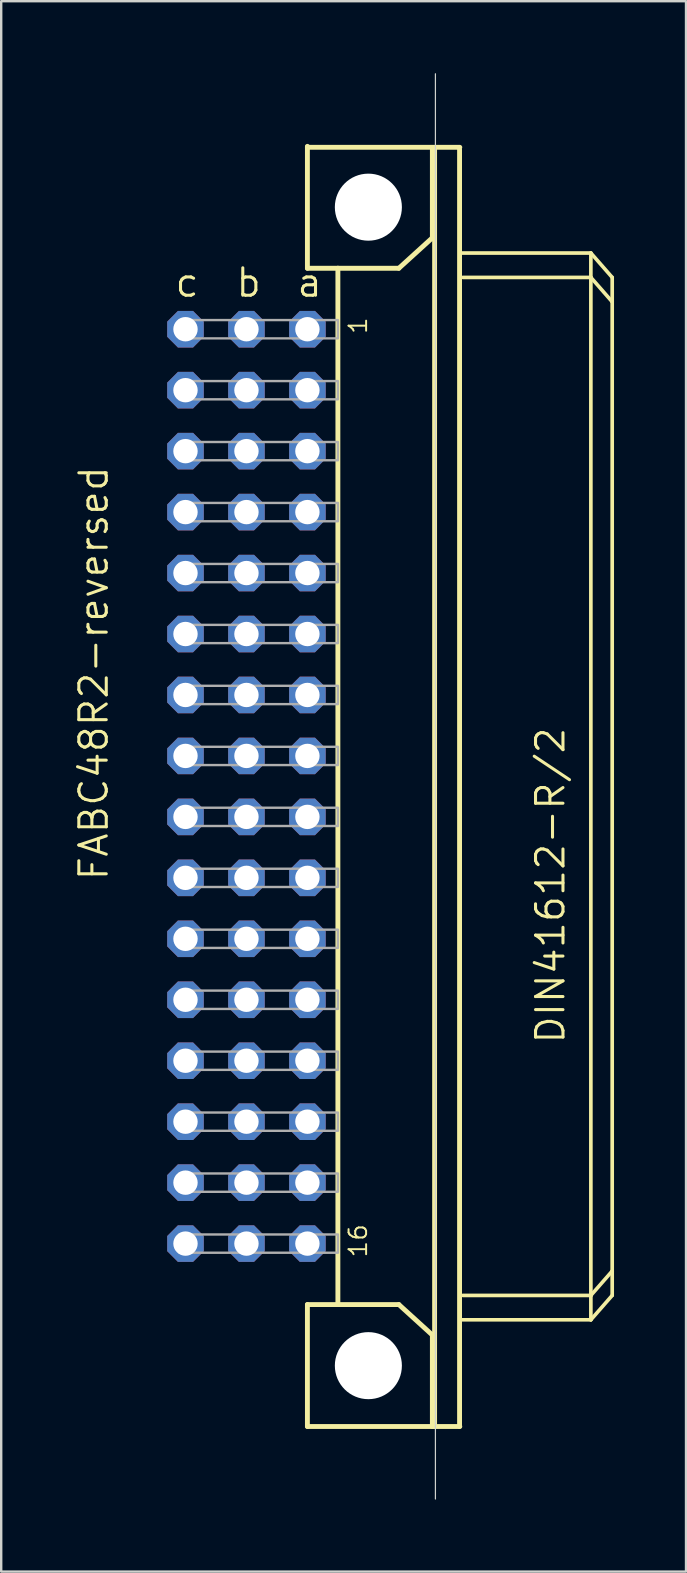
<source format=kicad_pcb>
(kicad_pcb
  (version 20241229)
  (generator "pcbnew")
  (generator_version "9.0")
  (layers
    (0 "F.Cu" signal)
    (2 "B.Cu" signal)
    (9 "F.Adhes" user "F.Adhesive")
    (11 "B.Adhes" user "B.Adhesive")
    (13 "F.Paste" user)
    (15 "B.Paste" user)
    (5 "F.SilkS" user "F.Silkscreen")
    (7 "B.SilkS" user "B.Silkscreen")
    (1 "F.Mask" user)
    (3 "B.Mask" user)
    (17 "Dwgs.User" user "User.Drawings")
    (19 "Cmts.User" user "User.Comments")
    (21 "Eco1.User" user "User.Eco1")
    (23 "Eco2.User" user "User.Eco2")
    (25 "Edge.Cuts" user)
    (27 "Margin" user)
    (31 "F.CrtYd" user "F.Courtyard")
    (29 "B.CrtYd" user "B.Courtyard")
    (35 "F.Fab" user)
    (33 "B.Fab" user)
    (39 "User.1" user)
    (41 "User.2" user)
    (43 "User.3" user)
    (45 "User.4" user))
  (footprint "FABC48R2-reversed"
    (layer "F.Cu")
    (at 17.379 30.988)
    (property "Reference" "FABC48R2-reversed" (at -15.855 -14.694 270) (layer "F.SilkS") (effects (font (size 1.143 1.143) (thickness 0.127)) (justify right bottom)))
    (fp_line (start -7.62 -27.94) (end -7.62 -27.9) (stroke (width 0.203) (type solid)) (layer "F.SilkS"))
    (fp_line (start -7.62 -27.9) (end -7.62 -22.86) (stroke (width 0.203) (type solid)) (layer "F.SilkS"))
    (fp_line (start -7.62 -27.9) (end -1.27 -27.9) (stroke (width 0.203) (type solid)) (layer "F.SilkS"))
    (fp_line (start -7.62 -22.86) (end -6.35 -22.86) (stroke (width 0.203) (type solid)) (layer "F.SilkS"))
    (fp_line (start -7.62 20.32) (end -6.35 20.32) (stroke (width 0.203) (type solid)) (layer "F.SilkS"))
    (fp_line (start -7.62 25.4) (end -7.62 20.32) (stroke (width 0.203) (type solid)) (layer "F.SilkS"))
    (fp_line (start -7.62 25.4) (end -2.413 25.4) (stroke (width 0.203) (type solid)) (layer "F.SilkS"))
    (fp_line (start -6.35 -22.86) (end -6.35 20.32) (stroke (width 0.203) (type solid)) (layer "F.SilkS"))
    (fp_line (start -6.35 -22.86) (end -3.81 -22.86) (stroke (width 0.203) (type solid)) (layer "F.SilkS"))
    (fp_line (start -6.35 20.32) (end -3.81 20.32) (stroke (width 0.203) (type solid)) (layer "F.SilkS"))
    (fp_line (start -3.81 -22.86) (end -2.413 -24.13) (stroke (width 0.203) (type solid)) (layer "F.SilkS"))
    (fp_line (start -3.81 20.32) (end -2.413 21.59) (stroke (width 0.203) (type solid)) (layer "F.SilkS"))
    (fp_line (start -2.413 -24.13) (end -2.413 -27.813) (stroke (width 0.203) (type solid)) (layer "F.SilkS"))
    (fp_line (start -2.413 21.59) (end -2.413 25.4) (stroke (width 0.203) (type solid)) (layer "F.SilkS"))
    (fp_line (start -2.413 25.4) (end -1.27 25.4) (stroke (width 0.203) (type solid)) (layer "F.SilkS"))
    (fp_line (start -2.32 -27.81) (end -2.32 25.397) (stroke (width 0.203) (type solid)) (layer "F.SilkS"))
    (fp_line (start -1.28 25.397) (end -1.28 -27.81) (stroke (width 0.203) (type solid)) (layer "F.SilkS"))
    (fp_line (start -1.27 -23.495) (end 4.191 -23.495) (stroke (width 0.152) (type solid)) (layer "F.SilkS"))
    (fp_line (start -1.143 19.939) (end 4.191 19.939) (stroke (width 0.152) (type solid)) (layer "F.SilkS"))
    (fp_line (start 4.191 -22.479) (end -1.143 -22.479) (stroke (width 0.152) (type solid)) (layer "F.SilkS"))
    (fp_line (start 4.191 -22.479) (end 4.191 -23.495) (stroke (width 0.152) (type solid)) (layer "F.SilkS"))
    (fp_line (start 4.191 19.939) (end 4.191 -22.479) (stroke (width 0.152) (type solid)) (layer "F.SilkS"))
    (fp_line (start 4.191 19.939) (end 5.08 18.923) (stroke (width 0.152) (type solid)) (layer "F.SilkS"))
    (fp_line (start 4.191 20.955) (end -1.27 20.955) (stroke (width 0.152) (type solid)) (layer "F.SilkS"))
    (fp_line (start 4.191 20.955) (end 4.191 19.939) (stroke (width 0.152) (type solid)) (layer "F.SilkS"))
    (fp_line (start 4.191 20.955) (end 5.08 19.939) (stroke (width 0.152) (type solid)) (layer "F.SilkS"))
    (fp_line (start 5.08 -22.479) (end 4.191 -23.495) (stroke (width 0.152) (type solid)) (layer "F.SilkS"))
    (fp_line (start 5.08 -21.463) (end 4.191 -22.479) (stroke (width 0.152) (type solid)) (layer "F.SilkS"))
    (fp_line (start 5.08 -21.463) (end 5.08 -22.479) (stroke (width 0.152) (type solid)) (layer "F.SilkS"))
    (fp_line (start 5.08 18.923) (end 5.08 -21.463) (stroke (width 0.152) (type solid)) (layer "F.SilkS"))
    (fp_line (start 5.08 19.939) (end 5.08 18.923) (stroke (width 0.152) (type solid)) (layer "F.SilkS"))
    (fp_circle (center -5.08 -25.406) (end -3.81 -25.406) (stroke (width 0.152) (type solid)) (fill no) (layer "F.SilkS"))
    (fp_circle (center -5.08 22.866) (end -3.81 22.866) (stroke (width 0.152) (type solid)) (fill no) (layer "F.SilkS"))
    (fp_line (start -2.286 28.423) (end -2.286 -30.963) (stroke (width 0.05) (type solid)) (layer "Edge.Cuts"))
    (fp_poly (pts (xy -12.954 -19.939) (xy -6.35 -19.939) (xy -6.35 -20.701) (xy -12.954 -20.701)) (stroke (width 0.1) (type default)) (fill no) (layer "F.Fab"))
    (fp_poly (pts (xy -12.954 -17.399) (xy -6.35 -17.399) (xy -6.35 -18.161) (xy -12.954 -18.161)) (stroke (width 0.1) (type default)) (fill no) (layer "F.Fab"))
    (fp_poly (pts (xy -12.954 -14.859) (xy -6.35 -14.859) (xy -6.35 -15.621) (xy -12.954 -15.621)) (stroke (width 0.1) (type default)) (fill no) (layer "F.Fab"))
    (fp_poly (pts (xy -12.954 -12.319) (xy -6.35 -12.319) (xy -6.35 -13.081) (xy -12.954 -13.081)) (stroke (width 0.1) (type default)) (fill no) (layer "F.Fab"))
    (fp_poly (pts (xy -12.954 -9.779) (xy -6.35 -9.779) (xy -6.35 -10.541) (xy -12.954 -10.541)) (stroke (width 0.1) (type default)) (fill no) (layer "F.Fab"))
    (fp_poly (pts (xy -12.954 -7.239) (xy -6.35 -7.239) (xy -6.35 -8.001) (xy -12.954 -8.001)) (stroke (width 0.1) (type default)) (fill no) (layer "F.Fab"))
    (fp_poly (pts (xy -12.954 -4.699) (xy -6.35 -4.699) (xy -6.35 -5.461) (xy -12.954 -5.461)) (stroke (width 0.1) (type default)) (fill no) (layer "F.Fab"))
    (fp_poly (pts (xy -12.954 -2.159) (xy -6.35 -2.159) (xy -6.35 -2.921) (xy -12.954 -2.921)) (stroke (width 0.1) (type default)) (fill no) (layer "F.Fab"))
    (fp_poly (pts (xy -12.954 0.381) (xy -6.35 0.381) (xy -6.35 -0.381) (xy -12.954 -0.381)) (stroke (width 0.1) (type default)) (fill no) (layer "F.Fab"))
    (fp_poly (pts (xy -12.954 2.921) (xy -6.35 2.921) (xy -6.35 2.159) (xy -12.954 2.159)) (stroke (width 0.1) (type default)) (fill no) (layer "F.Fab"))
    (fp_poly (pts (xy -12.954 5.461) (xy -6.35 5.461) (xy -6.35 4.699) (xy -12.954 4.699)) (stroke (width 0.1) (type default)) (fill no) (layer "F.Fab"))
    (fp_poly (pts (xy -12.954 8.001) (xy -6.35 8.001) (xy -6.35 7.239) (xy -12.954 7.239)) (stroke (width 0.1) (type default)) (fill no) (layer "F.Fab"))
    (fp_poly (pts (xy -12.954 10.541) (xy -6.35 10.541) (xy -6.35 9.779) (xy -12.954 9.779)) (stroke (width 0.1) (type default)) (fill no) (layer "F.Fab"))
    (fp_poly (pts (xy -12.954 13.081) (xy -6.35 13.081) (xy -6.35 12.319) (xy -12.954 12.319)) (stroke (width 0.1) (type default)) (fill no) (layer "F.Fab"))
    (fp_poly (pts (xy -12.954 15.621) (xy -6.35 15.621) (xy -6.35 14.859) (xy -12.954 14.859)) (stroke (width 0.1) (type default)) (fill no) (layer "F.Fab"))
    (fp_poly (pts (xy -12.954 18.161) (xy -6.35 18.161) (xy -6.35 17.399) (xy -12.954 17.399)) (stroke (width 0.1) (type default)) (fill no) (layer "F.Fab"))
    (fp_text user "a" (at -8.128 -21.59 0) (layer "F.SilkS") (effects (font (size 1.143 1.143) (thickness 0.127)) (justify left bottom)))
    (fp_text user "DIN41612-R/2" (at 3.175 -3.81 270) (layer "F.SilkS") (effects (font (size 1.143 1.143) (thickness 0.127)) (justify right bottom)))
    (fp_text user "16" (at -5.08 18.415 90) (layer "F.SilkS") (effects (font (size 0.732 0.732) (thickness 0.081)) (justify left bottom)))
    (fp_text user "1" (at -5.08 -20.066 90) (layer "F.SilkS") (effects (font (size 0.732 0.732) (thickness 0.081)) (justify left bottom)))
    (fp_text user "b" (at -10.668 -21.59 0) (layer "F.SilkS") (effects (font (size 1.143 1.143) (thickness 0.127)) (justify left bottom)))
    (fp_text user "c" (at -13.208 -21.59 0) (layer "F.SilkS") (effects (font (size 1.143 1.143) (thickness 0.127)) (justify left bottom)))
    (pad "" np_thru_hole circle (at -5.08 -25.406) (size 2.794 2.794) (drill 2.794) (layers "*.Cu" "*.Mask"))
    (pad "" np_thru_hole circle (at -5.08 22.866) (size 2.794 2.794) (drill 2.794) (layers "*.Cu" "*.Mask"))
    (pad "A1" thru_hole roundrect (at -7.62 17.78) (size 1.524 1.524) (drill 1.016) (layers "*.Cu" "*.Mask") (roundrect_rratio 0.25) (chamfer_ratio 0.293) (chamfer top_left top_right bottom_left bottom_right))
    (pad "A2" thru_hole roundrect (at -7.62 15.24) (size 1.524 1.524) (drill 1.016) (layers "*.Cu" "*.Mask") (roundrect_rratio 0.25) (chamfer_ratio 0.293) (chamfer top_left top_right bottom_left bottom_right))
    (pad "A3" thru_hole roundrect (at -7.62 12.7) (size 1.524 1.524) (drill 1.016) (layers "*.Cu" "*.Mask") (roundrect_rratio 0.25) (chamfer_ratio 0.293) (chamfer top_left top_right bottom_left bottom_right))
    (pad "A4" thru_hole roundrect (at -7.62 10.16) (size 1.524 1.524) (drill 1.016) (layers "*.Cu" "*.Mask") (roundrect_rratio 0.25) (chamfer_ratio 0.293) (chamfer top_left top_right bottom_left bottom_right))
    (pad "A5" thru_hole roundrect (at -7.62 7.62) (size 1.524 1.524) (drill 1.016) (layers "*.Cu" "*.Mask") (roundrect_rratio 0.25) (chamfer_ratio 0.293) (chamfer top_left top_right bottom_left bottom_right))
    (pad "A6" thru_hole roundrect (at -7.62 5.08) (size 1.524 1.524) (drill 1.016) (layers "*.Cu" "*.Mask") (roundrect_rratio 0.25) (chamfer_ratio 0.293) (chamfer top_left top_right bottom_left bottom_right))
    (pad "A7" thru_hole roundrect (at -7.62 2.54) (size 1.524 1.524) (drill 1.016) (layers "*.Cu" "*.Mask") (roundrect_rratio 0.25) (chamfer_ratio 0.293) (chamfer top_left top_right bottom_left bottom_right))
    (pad "A8" thru_hole roundrect (at -7.62 0) (size 1.524 1.524) (drill 1.016) (layers "*.Cu" "*.Mask") (roundrect_rratio 0.25) (chamfer_ratio 0.293) (chamfer top_left top_right bottom_left bottom_right))
    (pad "A9" thru_hole roundrect (at -7.62 -2.54) (size 1.524 1.524) (drill 1.016) (layers "*.Cu" "*.Mask") (roundrect_rratio 0.25) (chamfer_ratio 0.293) (chamfer top_left top_right bottom_left bottom_right))
    (pad "A10" thru_hole roundrect (at -7.62 -5.08) (size 1.524 1.524) (drill 1.016) (layers "*.Cu" "*.Mask") (roundrect_rratio 0.25) (chamfer_ratio 0.293) (chamfer top_left top_right bottom_left bottom_right))
    (pad "A11" thru_hole roundrect (at -7.62 -7.62) (size 1.524 1.524) (drill 1.016) (layers "*.Cu" "*.Mask") (roundrect_rratio 0.25) (chamfer_ratio 0.293) (chamfer top_left top_right bottom_left bottom_right))
    (pad "A12" thru_hole roundrect (at -7.62 -10.16) (size 1.524 1.524) (drill 1.016) (layers "*.Cu" "*.Mask") (roundrect_rratio 0.25) (chamfer_ratio 0.293) (chamfer top_left top_right bottom_left bottom_right))
    (pad "A13" thru_hole roundrect (at -7.62 -12.7) (size 1.524 1.524) (drill 1.016) (layers "*.Cu" "*.Mask") (roundrect_rratio 0.25) (chamfer_ratio 0.293) (chamfer top_left top_right bottom_left bottom_right))
    (pad "A14" thru_hole roundrect (at -7.62 -15.24) (size 1.524 1.524) (drill 1.016) (layers "*.Cu" "*.Mask") (roundrect_rratio 0.25) (chamfer_ratio 0.293) (chamfer top_left top_right bottom_left bottom_right))
    (pad "A15" thru_hole roundrect (at -7.62 -17.78) (size 1.524 1.524) (drill 1.016) (layers "*.Cu" "*.Mask") (roundrect_rratio 0.25) (chamfer_ratio 0.293) (chamfer top_left top_right bottom_left bottom_right))
    (pad "A16" thru_hole roundrect (at -7.62 -20.32) (size 1.524 1.524) (drill 1.016) (layers "*.Cu" "*.Mask") (roundrect_rratio 0.25) (chamfer_ratio 0.293) (chamfer top_left top_right bottom_left bottom_right))
    (pad "B1" thru_hole roundrect (at -10.16 17.78) (size 1.524 1.524) (drill 1.016) (layers "*.Cu" "*.Mask") (roundrect_rratio 0.25) (chamfer_ratio 0.293) (chamfer top_left top_right bottom_left bottom_right))
    (pad "B2" thru_hole roundrect (at -10.16 15.24) (size 1.524 1.524) (drill 1.016) (layers "*.Cu" "*.Mask") (roundrect_rratio 0.25) (chamfer_ratio 0.293) (chamfer top_left top_right bottom_left bottom_right))
    (pad "B3" thru_hole roundrect (at -10.16 12.7) (size 1.524 1.524) (drill 1.016) (layers "*.Cu" "*.Mask") (roundrect_rratio 0.25) (chamfer_ratio 0.293) (chamfer top_left top_right bottom_left bottom_right))
    (pad "B4" thru_hole roundrect (at -10.16 10.16) (size 1.524 1.524) (drill 1.016) (layers "*.Cu" "*.Mask") (roundrect_rratio 0.25) (chamfer_ratio 0.293) (chamfer top_left top_right bottom_left bottom_right))
    (pad "B5" thru_hole roundrect (at -10.16 7.62) (size 1.524 1.524) (drill 1.016) (layers "*.Cu" "*.Mask") (roundrect_rratio 0.25) (chamfer_ratio 0.293) (chamfer top_left top_right bottom_left bottom_right))
    (pad "B6" thru_hole roundrect (at -10.16 5.08) (size 1.524 1.524) (drill 1.016) (layers "*.Cu" "*.Mask") (roundrect_rratio 0.25) (chamfer_ratio 0.293) (chamfer top_left top_right bottom_left bottom_right))
    (pad "B7" thru_hole roundrect (at -10.16 2.54) (size 1.524 1.524) (drill 1.016) (layers "*.Cu" "*.Mask") (roundrect_rratio 0.25) (chamfer_ratio 0.293) (chamfer top_left top_right bottom_left bottom_right))
    (pad "B8" thru_hole roundrect (at -10.16 0) (size 1.524 1.524) (drill 1.016) (layers "*.Cu" "*.Mask") (roundrect_rratio 0.25) (chamfer_ratio 0.293) (chamfer top_left top_right bottom_left bottom_right))
    (pad "B9" thru_hole roundrect (at -10.16 -2.54) (size 1.524 1.524) (drill 1.016) (layers "*.Cu" "*.Mask") (roundrect_rratio 0.25) (chamfer_ratio 0.293) (chamfer top_left top_right bottom_left bottom_right))
    (pad "B10" thru_hole roundrect (at -10.16 -5.08) (size 1.524 1.524) (drill 1.016) (layers "*.Cu" "*.Mask") (roundrect_rratio 0.25) (chamfer_ratio 0.293) (chamfer top_left top_right bottom_left bottom_right))
    (pad "B11" thru_hole roundrect (at -10.16 -7.62) (size 1.524 1.524) (drill 1.016) (layers "*.Cu" "*.Mask") (roundrect_rratio 0.25) (chamfer_ratio 0.293) (chamfer top_left top_right bottom_left bottom_right))
    (pad "B12" thru_hole roundrect (at -10.16 -10.16) (size 1.524 1.524) (drill 1.016) (layers "*.Cu" "*.Mask") (roundrect_rratio 0.25) (chamfer_ratio 0.293) (chamfer top_left top_right bottom_left bottom_right))
    (pad "B13" thru_hole roundrect (at -10.16 -12.7) (size 1.524 1.524) (drill 1.016) (layers "*.Cu" "*.Mask") (roundrect_rratio 0.25) (chamfer_ratio 0.293) (chamfer top_left top_right bottom_left bottom_right))
    (pad "B14" thru_hole roundrect (at -10.16 -15.24) (size 1.524 1.524) (drill 1.016) (layers "*.Cu" "*.Mask") (roundrect_rratio 0.25) (chamfer_ratio 0.293) (chamfer top_left top_right bottom_left bottom_right))
    (pad "B15" thru_hole roundrect (at -10.16 -17.78) (size 1.524 1.524) (drill 1.016) (layers "*.Cu" "*.Mask") (roundrect_rratio 0.25) (chamfer_ratio 0.293) (chamfer top_left top_right bottom_left bottom_right))
    (pad "B16" thru_hole roundrect (at -10.16 -20.32) (size 1.524 1.524) (drill 1.016) (layers "*.Cu" "*.Mask") (roundrect_rratio 0.25) (chamfer_ratio 0.293) (chamfer top_left top_right bottom_left bottom_right))
    (pad "C1" thru_hole roundrect (at -12.7 17.78) (size 1.524 1.524) (drill 1.016) (layers "*.Cu" "*.Mask") (roundrect_rratio 0.25) (chamfer_ratio 0.293) (chamfer top_left top_right bottom_left bottom_right))
    (pad "C2" thru_hole roundrect (at -12.7 15.24) (size 1.524 1.524) (drill 1.016) (layers "*.Cu" "*.Mask") (roundrect_rratio 0.25) (chamfer_ratio 0.293) (chamfer top_left top_right bottom_left bottom_right))
    (pad "C3" thru_hole roundrect (at -12.7 12.7) (size 1.524 1.524) (drill 1.016) (layers "*.Cu" "*.Mask") (roundrect_rratio 0.25) (chamfer_ratio 0.293) (chamfer top_left top_right bottom_left bottom_right))
    (pad "C4" thru_hole roundrect (at -12.7 10.16) (size 1.524 1.524) (drill 1.016) (layers "*.Cu" "*.Mask") (roundrect_rratio 0.25) (chamfer_ratio 0.293) (chamfer top_left top_right bottom_left bottom_right))
    (pad "C5" thru_hole roundrect (at -12.7 7.62) (size 1.524 1.524) (drill 1.016) (layers "*.Cu" "*.Mask") (roundrect_rratio 0.25) (chamfer_ratio 0.293) (chamfer top_left top_right bottom_left bottom_right))
    (pad "C6" thru_hole roundrect (at -12.7 5.08) (size 1.524 1.524) (drill 1.016) (layers "*.Cu" "*.Mask") (roundrect_rratio 0.25) (chamfer_ratio 0.293) (chamfer top_left top_right bottom_left bottom_right))
    (pad "C7" thru_hole roundrect (at -12.7 2.54) (size 1.524 1.524) (drill 1.016) (layers "*.Cu" "*.Mask") (roundrect_rratio 0.25) (chamfer_ratio 0.293) (chamfer top_left top_right bottom_left bottom_right))
    (pad "C8" thru_hole roundrect (at -12.7 0) (size 1.524 1.524) (drill 1.016) (layers "*.Cu" "*.Mask") (roundrect_rratio 0.25) (chamfer_ratio 0.293) (chamfer top_left top_right bottom_left bottom_right))
    (pad "C9" thru_hole roundrect (at -12.7 -2.54) (size 1.524 1.524) (drill 1.016) (layers "*.Cu" "*.Mask") (roundrect_rratio 0.25) (chamfer_ratio 0.293) (chamfer top_left top_right bottom_left bottom_right))
    (pad "C10" thru_hole roundrect (at -12.7 -5.08) (size 1.524 1.524) (drill 1.016) (layers "*.Cu" "*.Mask") (roundrect_rratio 0.25) (chamfer_ratio 0.293) (chamfer top_left top_right bottom_left bottom_right))
    (pad "C11" thru_hole roundrect (at -12.7 -7.62) (size 1.524 1.524) (drill 1.016) (layers "*.Cu" "*.Mask") (roundrect_rratio 0.25) (chamfer_ratio 0.293) (chamfer top_left top_right bottom_left bottom_right))
    (pad "C12" thru_hole roundrect (at -12.7 -10.16) (size 1.524 1.524) (drill 1.016) (layers "*.Cu" "*.Mask") (roundrect_rratio 0.25) (chamfer_ratio 0.293) (chamfer top_left top_right bottom_left bottom_right))
    (pad "C13" thru_hole roundrect (at -12.7 -12.7) (size 1.524 1.524) (drill 1.016) (layers "*.Cu" "*.Mask") (roundrect_rratio 0.25) (chamfer_ratio 0.293) (chamfer top_left top_right bottom_left bottom_right))
    (pad "C14" thru_hole roundrect (at -12.7 -15.24) (size 1.524 1.524) (drill 1.016) (layers "*.Cu" "*.Mask") (roundrect_rratio 0.25) (chamfer_ratio 0.293) (chamfer top_left top_right bottom_left bottom_right))
    (pad "C15" thru_hole roundrect (at -12.7 -17.78) (size 1.524 1.524) (drill 1.016) (layers "*.Cu" "*.Mask") (roundrect_rratio 0.25) (chamfer_ratio 0.293) (chamfer top_left top_right bottom_left bottom_right))
    (pad "C16" thru_hole roundrect (at -12.7 -20.32) (size 1.524 1.524) (drill 1.016) (layers "*.Cu" "*.Mask") (roundrect_rratio 0.25) (chamfer_ratio 0.293) (chamfer top_left top_right bottom_left bottom_right))
    (zone (net_name "") (layers "F.Cu" "B.Cu") (hatch edge 0.5) (connect_pads) (min_thickness 0.25) (filled_areas_thickness no) (keepout (tracks allowed) (vias not_allowed) (pads allowed) (copperpour allowed) (footprints allowed)) (placement (enabled no)) (fill) (polygon (pts (xy 15.474 5.581) (xy 15.454 5.226) (xy 15.394 4.875) (xy 15.295 4.533) (xy 15.159 4.204) (xy 14.987 3.892) (xy 14.781 3.602) (xy 14.544 3.336) (xy 14.278 3.099) (xy 13.988 2.893) (xy 13.676 2.721) (xy 13.347 2.584) (xy 13.005 2.486) (xy 12.654 2.426) (xy 12.299 2.406) (xy 11.943 2.426) (xy 11.592 2.486) (xy 11.25 2.584) (xy 10.921 2.721) (xy 10.609 2.893) (xy 10.319 3.099) (xy 10.053 3.336) (xy 9.816 3.602) (xy 9.61 3.892) (xy 9.438 4.204) (xy 9.302 4.533) (xy 9.203 4.875) (xy 9.144 5.226) (xy 9.124 5.581) (xy 9.144 5.937) (xy 9.203 6.288) (xy 9.302 6.63) (xy 9.438 6.959) (xy 9.61 7.27) (xy 9.816 7.561) (xy 10.053 7.826) (xy 10.319 8.064) (xy 10.609 8.27) (xy 10.921 8.442) (xy 11.25 8.578) (xy 11.592 8.677) (xy 11.943 8.736) (xy 12.299 8.756) (xy 12.654 8.736) (xy 13.005 8.677) (xy 13.347 8.578) (xy 13.676 8.442) (xy 13.988 8.27) (xy 14.278 8.064) (xy 14.544 7.826) (xy 14.781 7.561) (xy 14.987 7.27) (xy 15.159 6.959) (xy 15.295 6.63) (xy 15.394 6.288) (xy 15.454 5.937))) (polygon (pts (xy 13.696 5.581) (xy 13.675 5.345) (xy 13.616 5.116) (xy 13.518 4.9) (xy 13.385 4.704) (xy 13.222 4.533) (xy 13.031 4.392) (xy 12.819 4.285) (xy 12.593 4.216) (xy 12.358 4.185) (xy 12.121 4.196) (xy 11.889 4.245) (xy 11.67 4.334) (xy 11.468 4.458) (xy 11.29 4.615) (xy 11.141 4.799) (xy 11.026 5.006) (xy 10.947 5.229) (xy 10.907 5.463) (xy 10.907 5.7) (xy 10.947 5.933) (xy 11.026 6.157) (xy 11.141 6.363) (xy 11.29 6.548) (xy 11.468 6.704) (xy 11.67 6.829) (xy 11.889 6.917) (xy 12.121 6.967) (xy 12.358 6.977) (xy 12.593 6.947) (xy 12.819 6.877) (xy 13.031 6.771) (xy 13.222 6.63) (xy 13.385 6.459) (xy 13.518 6.263) (xy 13.616 6.047) (xy 13.675 5.817))))
    (zone (net_name "") (layers "F.Cu" "B.Cu") (hatch edge 0.5) (connect_pads) (min_thickness 0.25) (filled_areas_thickness no) (keepout (tracks allowed) (vias not_allowed) (pads allowed) (copperpour allowed) (footprints allowed)) (placement (enabled no)) (fill) (polygon (pts (xy 15.474 53.854) (xy 15.454 53.499) (xy 15.394 53.147) (xy 15.295 52.805) (xy 15.159 52.476) (xy 14.987 52.165) (xy 14.781 51.874) (xy 14.544 51.609) (xy 14.278 51.372) (xy 13.988 51.166) (xy 13.676 50.993) (xy 13.347 50.857) (xy 13.005 50.759) (xy 12.654 50.699) (xy 12.299 50.679) (xy 11.943 50.699) (xy 11.592 50.759) (xy 11.25 50.857) (xy 10.921 50.993) (xy 10.609 51.166) (xy 10.319 51.372) (xy 10.053 51.609) (xy 9.816 51.874) (xy 9.61 52.165) (xy 9.438 52.476) (xy 9.302 52.805) (xy 9.203 53.147) (xy 9.144 53.499) (xy 9.124 53.854) (xy 9.144 54.209) (xy 9.203 54.561) (xy 9.302 54.903) (xy 9.438 55.232) (xy 9.61 55.543) (xy 9.816 55.834) (xy 10.053 56.099) (xy 10.319 56.336) (xy 10.609 56.542) (xy 10.921 56.715) (xy 11.25 56.851) (xy 11.592 56.949) (xy 11.943 57.009) (xy 12.299 57.029) (xy 12.654 57.009) (xy 13.005 56.949) (xy 13.347 56.851) (xy 13.676 56.715) (xy 13.988 56.542) (xy 14.278 56.336) (xy 14.544 56.099) (xy 14.781 55.834) (xy 14.987 55.543) (xy 15.159 55.232) (xy 15.295 54.903) (xy 15.394 54.561) (xy 15.454 54.209))) (polygon (pts (xy 13.696 53.854) (xy 13.675 53.618) (xy 13.616 53.389) (xy 13.518 53.173) (xy 13.385 52.976) (xy 13.222 52.805) (xy 13.031 52.664) (xy 12.819 52.558) (xy 12.593 52.488) (xy 12.358 52.458) (xy 12.121 52.468) (xy 11.889 52.518) (xy 11.67 52.607) (xy 11.468 52.731) (xy 11.29 52.887) (xy 11.141 53.072) (xy 11.026 53.279) (xy 10.947 53.502) (xy 10.907 53.736) (xy 10.907 53.972) (xy 10.947 54.206) (xy 11.026 54.429) (xy 11.141 54.636) (xy 11.29 54.821) (xy 11.468 54.977) (xy 11.67 55.101) (xy 11.889 55.19) (xy 12.121 55.24) (xy 12.358 55.25) (xy 12.593 55.22) (xy 12.819 55.15) (xy 13.031 55.044) (xy 13.222 54.903) (xy 13.385 54.732) (xy 13.518 54.535) (xy 13.616 54.319) (xy 13.675 54.09))))
    (zone (net_name "") (layer "B.Cu") (hatch edge 0.5) (connect_pads) (min_thickness 0.25) (filled_areas_thickness no) (keepout (tracks not_allowed) (vias not_allowed) (pads not_allowed) (copperpour not_allowed) (footprints allowed)) (placement (enabled no)) (fill) (polygon (pts (xy 15.474 5.581) (xy 15.454 5.226) (xy 15.394 4.875) (xy 15.295 4.533) (xy 15.159 4.204) (xy 14.987 3.892) (xy 14.781 3.602) (xy 14.544 3.336) (xy 14.278 3.099) (xy 13.988 2.893) (xy 13.676 2.721) (xy 13.347 2.584) (xy 13.005 2.486) (xy 12.654 2.426) (xy 12.299 2.406) (xy 11.943 2.426) (xy 11.592 2.486) (xy 11.25 2.584) (xy 10.921 2.721) (xy 10.609 2.893) (xy 10.319 3.099) (xy 10.053 3.336) (xy 9.816 3.602) (xy 9.61 3.892) (xy 9.438 4.204) (xy 9.302 4.533) (xy 9.203 4.875) (xy 9.144 5.226) (xy 9.124 5.581) (xy 9.144 5.937) (xy 9.203 6.288) (xy 9.302 6.63) (xy 9.438 6.959) (xy 9.61 7.27) (xy 9.816 7.561) (xy 10.053 7.826) (xy 10.319 8.064) (xy 10.609 8.27) (xy 10.921 8.442) (xy 11.25 8.578) (xy 11.592 8.677) (xy 11.943 8.736) (xy 12.299 8.756) (xy 12.654 8.736) (xy 13.005 8.677) (xy 13.347 8.578) (xy 13.676 8.442) (xy 13.988 8.27) (xy 14.278 8.064) (xy 14.544 7.826) (xy 14.781 7.561) (xy 14.987 7.27) (xy 15.159 6.959) (xy 15.295 6.63) (xy 15.394 6.288) (xy 15.454 5.937))) (polygon (pts (xy 13.696 5.581) (xy 13.675 5.345) (xy 13.616 5.116) (xy 13.518 4.9) (xy 13.385 4.704) (xy 13.222 4.533) (xy 13.031 4.392) (xy 12.819 4.285) (xy 12.593 4.216) (xy 12.358 4.185) (xy 12.121 4.196) (xy 11.889 4.245) (xy 11.67 4.334) (xy 11.468 4.458) (xy 11.29 4.615) (xy 11.141 4.799) (xy 11.026 5.006) (xy 10.947 5.229) (xy 10.907 5.463) (xy 10.907 5.7) (xy 10.947 5.933) (xy 11.026 6.157) (xy 11.141 6.363) (xy 11.29 6.548) (xy 11.468 6.704) (xy 11.67 6.829) (xy 11.889 6.917) (xy 12.121 6.967) (xy 12.358 6.977) (xy 12.593 6.947) (xy 12.819 6.877) (xy 13.031 6.771) (xy 13.222 6.63) (xy 13.385 6.459) (xy 13.518 6.263) (xy 13.616 6.047) (xy 13.675 5.817))))
    (zone (net_name "") (layer "B.Cu") (hatch edge 0.5) (connect_pads) (min_thickness 0.25) (filled_areas_thickness no) (keepout (tracks not_allowed) (vias not_allowed) (pads not_allowed) (copperpour not_allowed) (footprints allowed)) (placement (enabled no)) (fill) (polygon (pts (xy 15.474 53.854) (xy 15.454 53.499) (xy 15.394 53.147) (xy 15.295 52.805) (xy 15.159 52.476) (xy 14.987 52.165) (xy 14.781 51.874) (xy 14.544 51.609) (xy 14.278 51.372) (xy 13.988 51.166) (xy 13.676 50.993) (xy 13.347 50.857) (xy 13.005 50.759) (xy 12.654 50.699) (xy 12.299 50.679) (xy 11.943 50.699) (xy 11.592 50.759) (xy 11.25 50.857) (xy 10.921 50.993) (xy 10.609 51.166) (xy 10.319 51.372) (xy 10.053 51.609) (xy 9.816 51.874) (xy 9.61 52.165) (xy 9.438 52.476) (xy 9.302 52.805) (xy 9.203 53.147) (xy 9.144 53.499) (xy 9.124 53.854) (xy 9.144 54.209) (xy 9.203 54.561) (xy 9.302 54.903) (xy 9.438 55.232) (xy 9.61 55.543) (xy 9.816 55.834) (xy 10.053 56.099) (xy 10.319 56.336) (xy 10.609 56.542) (xy 10.921 56.715) (xy 11.25 56.851) (xy 11.592 56.949) (xy 11.943 57.009) (xy 12.299 57.029) (xy 12.654 57.009) (xy 13.005 56.949) (xy 13.347 56.851) (xy 13.676 56.715) (xy 13.988 56.542) (xy 14.278 56.336) (xy 14.544 56.099) (xy 14.781 55.834) (xy 14.987 55.543) (xy 15.159 55.232) (xy 15.295 54.903) (xy 15.394 54.561) (xy 15.454 54.209))) (polygon (pts (xy 13.696 53.854) (xy 13.675 53.618) (xy 13.616 53.389) (xy 13.518 53.173) (xy 13.385 52.976) (xy 13.222 52.805) (xy 13.031 52.664) (xy 12.819 52.558) (xy 12.593 52.488) (xy 12.358 52.458) (xy 12.121 52.468) (xy 11.889 52.518) (xy 11.67 52.607) (xy 11.468 52.731) (xy 11.29 52.887) (xy 11.141 53.072) (xy 11.026 53.279) (xy 10.947 53.502) (xy 10.907 53.736) (xy 10.907 53.972) (xy 10.947 54.206) (xy 11.026 54.429) (xy 11.141 54.636) (xy 11.29 54.821) (xy 11.468 54.977) (xy 11.67 55.101) (xy 11.889 55.19) (xy 12.121 55.24) (xy 12.358 55.25) (xy 12.593 55.22) (xy 12.819 55.15) (xy 13.031 55.044) (xy 13.222 54.903) (xy 13.385 54.732) (xy 13.518 54.535) (xy 13.616 54.319) (xy 13.675 54.09)))))
  (gr_rect
    (start -3 -3)
    (end 25.535 62.435)
    (stroke (width 0.1) (type default))
    (fill no)
    (layer "Edge.Cuts")))
</source>
